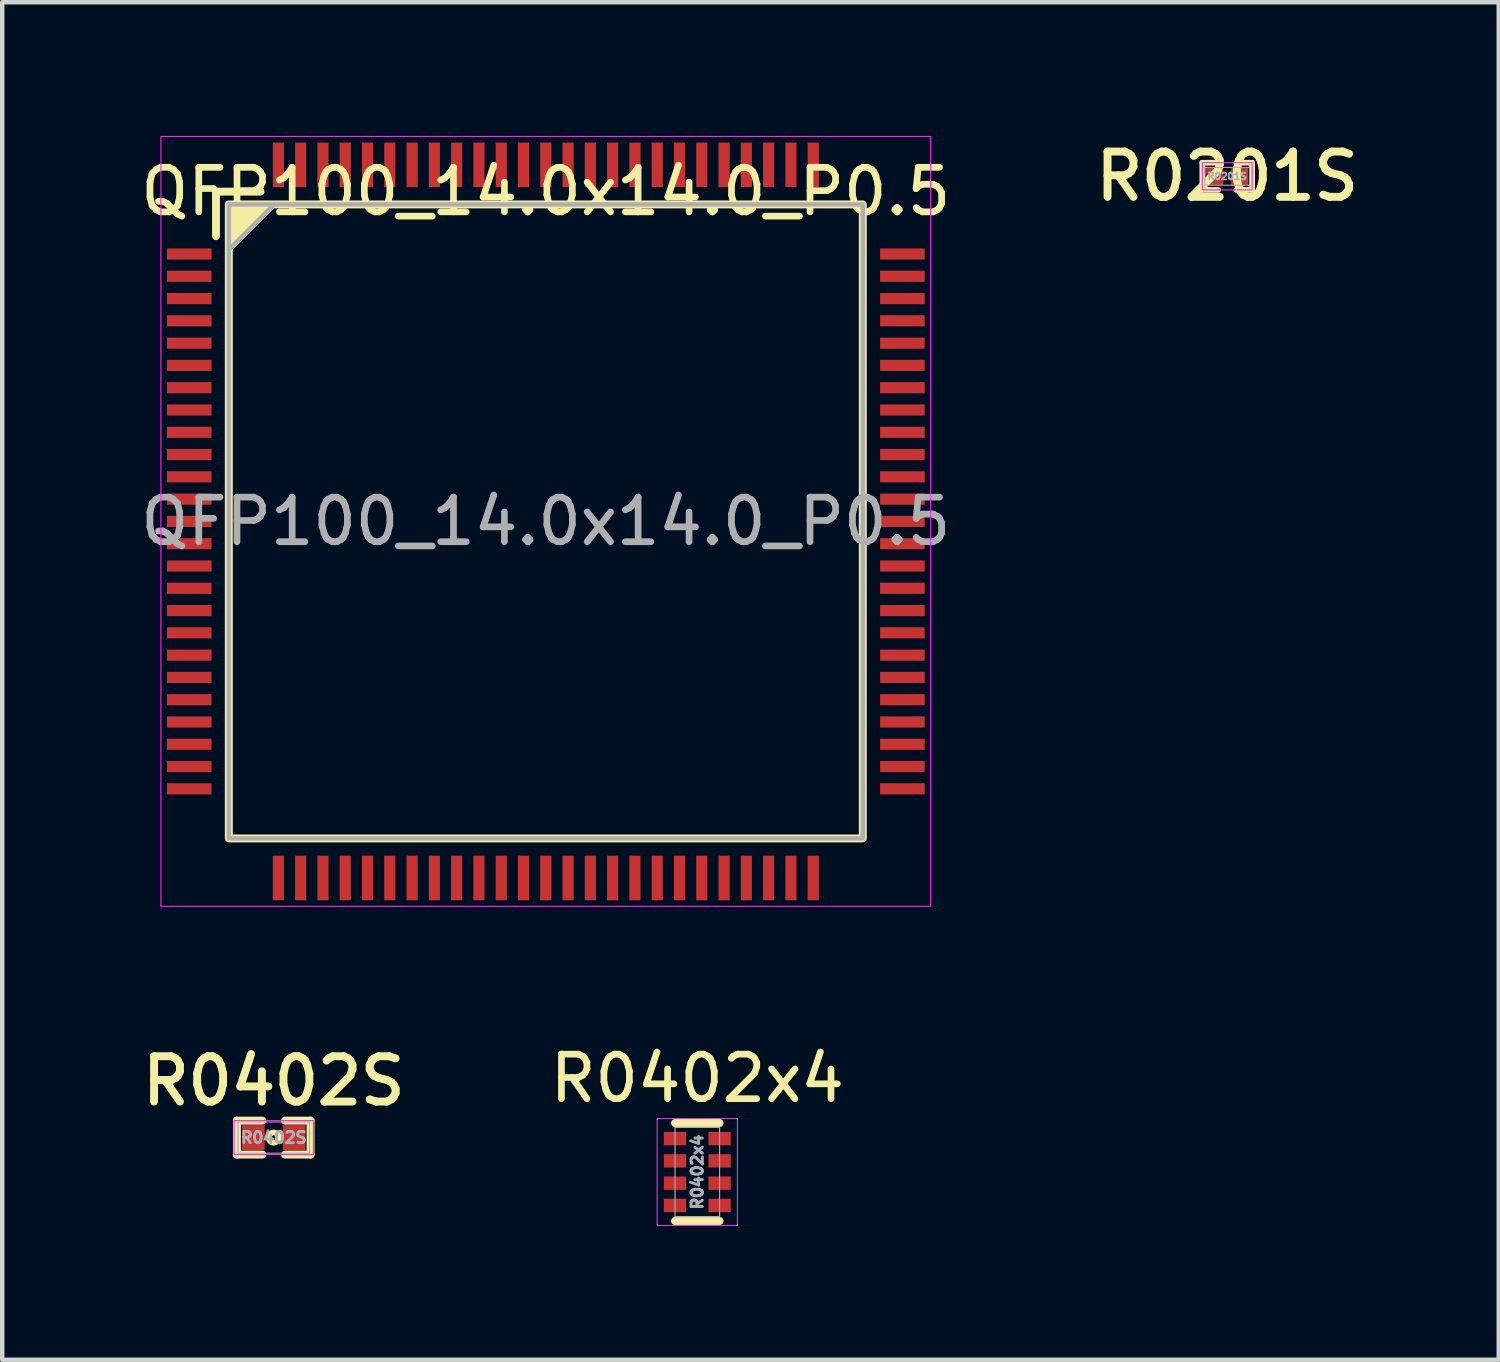
<source format=kicad_pcb>
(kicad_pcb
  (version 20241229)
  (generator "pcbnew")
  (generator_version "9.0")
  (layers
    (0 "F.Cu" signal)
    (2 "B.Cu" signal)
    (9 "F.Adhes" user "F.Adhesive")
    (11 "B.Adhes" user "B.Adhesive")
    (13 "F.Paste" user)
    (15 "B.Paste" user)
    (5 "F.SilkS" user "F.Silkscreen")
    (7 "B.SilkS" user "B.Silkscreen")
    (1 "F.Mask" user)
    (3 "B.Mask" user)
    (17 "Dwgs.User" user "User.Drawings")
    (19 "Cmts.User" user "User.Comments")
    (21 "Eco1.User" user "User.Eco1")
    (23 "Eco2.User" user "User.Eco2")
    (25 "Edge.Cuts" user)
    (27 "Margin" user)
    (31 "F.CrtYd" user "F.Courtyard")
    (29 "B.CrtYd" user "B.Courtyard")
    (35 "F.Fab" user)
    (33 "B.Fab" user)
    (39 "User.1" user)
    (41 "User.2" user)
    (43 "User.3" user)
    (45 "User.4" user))
  (footprint "R0402x4"
    (layer "F.Cu")
    (at 12.595 23.246)
    (property "Reference" "R0402x4" (at 0 -2.1 0) (layer "F.SilkS") (effects (font (size 1 1) (thickness 0.15))))
    (attr smd)
    (fp_line (start 0.5 -1.1) (end -0.5 -1.1) (stroke (width 0.178) (type solid)) (layer "F.SilkS"))
    (fp_line (start 0.5 1.1) (end -0.5 1.1) (stroke (width 0.178) (type solid)) (layer "F.SilkS"))
    (fp_rect (start -0.9 -1.2) (end 0.9 1.2) (stroke (width 0.025) (type default)) (fill no) (layer "F.CrtYd"))
    (fp_line (start -0.5 -1) (end 0.5 -1) (stroke (width 0.025) (type solid)) (layer "F.Fab"))
    (fp_line (start -0.5 1) (end -0.5 -1) (stroke (width 0.025) (type solid)) (layer "F.Fab"))
    (fp_line (start 0.5 -1) (end 0.5 1) (stroke (width 0.025) (type solid)) (layer "F.Fab"))
    (fp_line (start 0.5 1) (end -0.5 1) (stroke (width 0.025) (type solid)) (layer "F.Fab"))
    (fp_text user "${REFERENCE}" (at 0 0 90) (layer "F.Fab") (effects (font (size 0.254 0.254) (thickness 0.064) (bold yes))))
    (pad "1" smd rect (at -0.5 -0.75) (size 0.5 0.3) (layers "F.Cu" "F.Mask" "F.Paste"))
    (pad "2" smd rect (at -0.5 -0.25) (size 0.5 0.3) (layers "F.Cu" "F.Mask" "F.Paste"))
    (pad "3" smd rect (at -0.5 0.25) (size 0.5 0.3) (layers "F.Cu" "F.Mask" "F.Paste"))
    (pad "4" smd rect (at -0.5 0.75) (size 0.5 0.3) (layers "F.Cu" "F.Mask" "F.Paste"))
    (pad "5" smd rect (at 0.5 0.75) (size 0.5 0.3) (layers "F.Cu" "F.Mask" "F.Paste"))
    (pad "6" smd rect (at 0.5 0.25) (size 0.5 0.3) (layers "F.Cu" "F.Mask" "F.Paste"))
    (pad "7" smd rect (at 0.5 -0.25) (size 0.5 0.3) (layers "F.Cu" "F.Mask" "F.Paste"))
    (pad "8" smd rect (at 0.5 -0.75) (size 0.5 0.3) (layers "F.Cu" "F.Mask" "F.Paste")))
  (footprint "QFP100_14.0x14.0_P0.5"
    (layer "F.Cu")
    (at 9.196 8.649)
    (property "Reference" "QFP100_14.0x14.0_P0.5" (at 0 -7.4 0) (layer "F.SilkS") (effects (font (size 1 1) (thickness 0.15))))
    (attr smd)
    (fp_line (start -7.4 -7.4) (end -6.4 -7.4) (stroke (width 0.178) (type default)) (layer "F.SilkS"))
    (fp_line (start -7.4 -6.4) (end -7.4 -7.4) (stroke (width 0.178) (type default)) (layer "F.SilkS"))
    (fp_rect (start -7.112 -7.112) (end 7.112 7.112) (stroke (width 0.178) (type solid)) (fill no) (layer "F.SilkS"))
    (fp_poly (pts (xy -7.112 -6.096) (xy -7.112 -7.112) (xy -6.096 -7.112)) (stroke (width 0.12) (type solid)) (fill yes) (layer "F.SilkS"))
    (fp_rect (start -8.636 -8.636) (end 8.636 8.636) (stroke (width 0.025) (type solid)) (fill no) (layer "F.CrtYd"))
    (fp_line (start -7.112 -6.096) (end -6.096 -7.112) (stroke (width 0.1) (type solid)) (layer "F.Fab"))
    (fp_rect (start -7.112 7.112) (end 7.112 -7.112) (stroke (width 0.1) (type solid)) (fill no) (layer "F.Fab"))
    (fp_text user "${REFERENCE}" (at 0 0 0) (layer "F.Fab") (effects (font (size 1 1) (thickness 0.15))))
    (pad "1" smd rect (at -8 -6) (size 1 0.25) (layers "F.Cu" "F.Mask" "F.Paste"))
    (pad "2" smd rect (at -8 -5.5) (size 1 0.25) (layers "F.Cu" "F.Mask" "F.Paste"))
    (pad "3" smd rect (at -8 -5) (size 1 0.25) (layers "F.Cu" "F.Mask" "F.Paste"))
    (pad "4" smd rect (at -8 -4.5) (size 1 0.25) (layers "F.Cu" "F.Mask" "F.Paste"))
    (pad "5" smd rect (at -8 -4) (size 1 0.25) (layers "F.Cu" "F.Mask" "F.Paste"))
    (pad "6" smd rect (at -8 -3.5) (size 1 0.25) (layers "F.Cu" "F.Mask" "F.Paste"))
    (pad "7" smd rect (at -8 -3) (size 1 0.25) (layers "F.Cu" "F.Mask" "F.Paste"))
    (pad "8" smd rect (at -8 -2.5) (size 1 0.25) (layers "F.Cu" "F.Mask" "F.Paste"))
    (pad "9" smd rect (at -8 -2) (size 1 0.25) (layers "F.Cu" "F.Mask" "F.Paste"))
    (pad "10" smd rect (at -8 -1.5) (size 1 0.25) (layers "F.Cu" "F.Mask" "F.Paste"))
    (pad "11" smd rect (at -8 -1) (size 1 0.25) (layers "F.Cu" "F.Mask" "F.Paste"))
    (pad "12" smd rect (at -8 -0.5) (size 1 0.25) (layers "F.Cu" "F.Mask" "F.Paste"))
    (pad "13" smd rect (at -8 0) (size 1 0.25) (layers "F.Cu" "F.Mask" "F.Paste"))
    (pad "14" smd rect (at -8 0.5) (size 1 0.25) (layers "F.Cu" "F.Mask" "F.Paste"))
    (pad "15" smd rect (at -8 1) (size 1 0.25) (layers "F.Cu" "F.Mask" "F.Paste"))
    (pad "16" smd rect (at -8 1.5) (size 1 0.25) (layers "F.Cu" "F.Mask" "F.Paste"))
    (pad "17" smd rect (at -8 2) (size 1 0.25) (layers "F.Cu" "F.Mask" "F.Paste"))
    (pad "18" smd rect (at -8 2.5) (size 1 0.25) (layers "F.Cu" "F.Mask" "F.Paste"))
    (pad "19" smd rect (at -8 3) (size 1 0.25) (layers "F.Cu" "F.Mask" "F.Paste"))
    (pad "20" smd rect (at -8 3.5) (size 1 0.25) (layers "F.Cu" "F.Mask" "F.Paste"))
    (pad "21" smd rect (at -8 4) (size 1 0.25) (layers "F.Cu" "F.Mask" "F.Paste"))
    (pad "22" smd rect (at -8 4.5) (size 1 0.25) (layers "F.Cu" "F.Mask" "F.Paste"))
    (pad "23" smd rect (at -8 5) (size 1 0.25) (layers "F.Cu" "F.Mask" "F.Paste"))
    (pad "24" smd rect (at -8 5.5) (size 1 0.25) (layers "F.Cu" "F.Mask" "F.Paste"))
    (pad "25" smd rect (at -8 6) (size 1 0.25) (layers "F.Cu" "F.Mask" "F.Paste"))
    (pad "26" smd rect (at -6 8) (size 0.25 1) (layers "F.Cu" "F.Mask" "F.Paste"))
    (pad "27" smd rect (at -5.5 8) (size 0.25 1) (layers "F.Cu" "F.Mask" "F.Paste"))
    (pad "28" smd rect (at -5 8) (size 0.25 1) (layers "F.Cu" "F.Mask" "F.Paste"))
    (pad "29" smd rect (at -4.5 8) (size 0.25 1) (layers "F.Cu" "F.Mask" "F.Paste"))
    (pad "30" smd rect (at -4 8) (size 0.25 1) (layers "F.Cu" "F.Mask" "F.Paste"))
    (pad "31" smd rect (at -3.5 8) (size 0.25 1) (layers "F.Cu" "F.Mask" "F.Paste"))
    (pad "32" smd rect (at -3 8) (size 0.25 1) (layers "F.Cu" "F.Mask" "F.Paste"))
    (pad "33" smd rect (at -2.5 8) (size 0.25 1) (layers "F.Cu" "F.Mask" "F.Paste"))
    (pad "34" smd rect (at -2 8) (size 0.25 1) (layers "F.Cu" "F.Mask" "F.Paste"))
    (pad "35" smd rect (at -1.5 8) (size 0.25 1) (layers "F.Cu" "F.Mask" "F.Paste"))
    (pad "36" smd rect (at -1 8) (size 0.25 1) (layers "F.Cu" "F.Mask" "F.Paste"))
    (pad "37" smd rect (at -0.5 8) (size 0.25 1) (layers "F.Cu" "F.Mask" "F.Paste"))
    (pad "38" smd rect (at 0 8) (size 0.25 1) (layers "F.Cu" "F.Mask" "F.Paste"))
    (pad "39" smd rect (at 0.5 8) (size 0.25 1) (layers "F.Cu" "F.Mask" "F.Paste"))
    (pad "40" smd rect (at 1 8) (size 0.25 1) (layers "F.Cu" "F.Mask" "F.Paste"))
    (pad "41" smd rect (at 1.5 8) (size 0.25 1) (layers "F.Cu" "F.Mask" "F.Paste"))
    (pad "42" smd rect (at 2 8) (size 0.25 1) (layers "F.Cu" "F.Mask" "F.Paste"))
    (pad "43" smd rect (at 2.5 8) (size 0.25 1) (layers "F.Cu" "F.Mask" "F.Paste"))
    (pad "44" smd rect (at 3 8) (size 0.25 1) (layers "F.Cu" "F.Mask" "F.Paste"))
    (pad "45" smd rect (at 3.5 8) (size 0.25 1) (layers "F.Cu" "F.Mask" "F.Paste"))
    (pad "46" smd rect (at 4 8) (size 0.25 1) (layers "F.Cu" "F.Mask" "F.Paste"))
    (pad "47" smd rect (at 4.5 8) (size 0.25 1) (layers "F.Cu" "F.Mask" "F.Paste"))
    (pad "48" smd rect (at 5 8) (size 0.25 1) (layers "F.Cu" "F.Mask" "F.Paste"))
    (pad "49" smd rect (at 5.5 8) (size 0.25 1) (layers "F.Cu" "F.Mask" "F.Paste"))
    (pad "50" smd rect (at 6 8) (size 0.25 1) (layers "F.Cu" "F.Mask" "F.Paste"))
    (pad "51" smd rect (at 8 6) (size 1 0.25) (layers "F.Cu" "F.Mask" "F.Paste"))
    (pad "52" smd rect (at 8 5.5) (size 1 0.25) (layers "F.Cu" "F.Mask" "F.Paste"))
    (pad "53" smd rect (at 8 5) (size 1 0.25) (layers "F.Cu" "F.Mask" "F.Paste"))
    (pad "54" smd rect (at 8 4.5) (size 1 0.25) (layers "F.Cu" "F.Mask" "F.Paste"))
    (pad "55" smd rect (at 8 4) (size 1 0.25) (layers "F.Cu" "F.Mask" "F.Paste"))
    (pad "56" smd rect (at 8 3.5) (size 1 0.25) (layers "F.Cu" "F.Mask" "F.Paste"))
    (pad "57" smd rect (at 8 3) (size 1 0.25) (layers "F.Cu" "F.Mask" "F.Paste"))
    (pad "58" smd rect (at 8 2.5) (size 1 0.25) (layers "F.Cu" "F.Mask" "F.Paste"))
    (pad "59" smd rect (at 8 2) (size 1 0.25) (layers "F.Cu" "F.Mask" "F.Paste"))
    (pad "60" smd rect (at 8 1.5) (size 1 0.25) (layers "F.Cu" "F.Mask" "F.Paste"))
    (pad "61" smd rect (at 8 1) (size 1 0.25) (layers "F.Cu" "F.Mask" "F.Paste"))
    (pad "62" smd rect (at 8 0.5) (size 1 0.25) (layers "F.Cu" "F.Mask" "F.Paste"))
    (pad "63" smd rect (at 8 0) (size 1 0.25) (layers "F.Cu" "F.Mask" "F.Paste"))
    (pad "64" smd rect (at 8 -0.5) (size 1 0.25) (layers "F.Cu" "F.Mask" "F.Paste"))
    (pad "65" smd rect (at 8 -1) (size 1 0.25) (layers "F.Cu" "F.Mask" "F.Paste"))
    (pad "66" smd rect (at 8 -1.5) (size 1 0.25) (layers "F.Cu" "F.Mask" "F.Paste"))
    (pad "67" smd rect (at 8 -2) (size 1 0.25) (layers "F.Cu" "F.Mask" "F.Paste"))
    (pad "68" smd rect (at 8 -2.5) (size 1 0.25) (layers "F.Cu" "F.Mask" "F.Paste"))
    (pad "69" smd rect (at 8 -3) (size 1 0.25) (layers "F.Cu" "F.Mask" "F.Paste"))
    (pad "70" smd rect (at 8 -3.5) (size 1 0.25) (layers "F.Cu" "F.Mask" "F.Paste"))
    (pad "71" smd rect (at 8 -4) (size 1 0.25) (layers "F.Cu" "F.Mask" "F.Paste"))
    (pad "72" smd rect (at 8 -4.5) (size 1 0.25) (layers "F.Cu" "F.Mask" "F.Paste"))
    (pad "73" smd rect (at 8 -5) (size 1 0.25) (layers "F.Cu" "F.Mask" "F.Paste"))
    (pad "74" smd rect (at 8 -5.5) (size 1 0.25) (layers "F.Cu" "F.Mask" "F.Paste"))
    (pad "75" smd rect (at 8 -6) (size 1 0.25) (layers "F.Cu" "F.Mask" "F.Paste"))
    (pad "76" smd rect (at 6 -8) (size 0.25 1) (layers "F.Cu" "F.Mask" "F.Paste"))
    (pad "77" smd rect (at 5.5 -8) (size 0.25 1) (layers "F.Cu" "F.Mask" "F.Paste"))
    (pad "78" smd rect (at 5 -8) (size 0.25 1) (layers "F.Cu" "F.Mask" "F.Paste"))
    (pad "79" smd rect (at 4.5 -8) (size 0.25 1) (layers "F.Cu" "F.Mask" "F.Paste"))
    (pad "80" smd rect (at 4 -8) (size 0.25 1) (layers "F.Cu" "F.Mask" "F.Paste"))
    (pad "81" smd rect (at 3.5 -8) (size 0.25 1) (layers "F.Cu" "F.Mask" "F.Paste"))
    (pad "82" smd rect (at 3 -8) (size 0.25 1) (layers "F.Cu" "F.Mask" "F.Paste"))
    (pad "83" smd rect (at 2.5 -8) (size 0.25 1) (layers "F.Cu" "F.Mask" "F.Paste"))
    (pad "84" smd rect (at 2 -8) (size 0.25 1) (layers "F.Cu" "F.Mask" "F.Paste"))
    (pad "85" smd rect (at 1.5 -8) (size 0.25 1) (layers "F.Cu" "F.Mask" "F.Paste"))
    (pad "86" smd rect (at 1 -8) (size 0.25 1) (layers "F.Cu" "F.Mask" "F.Paste"))
    (pad "87" smd rect (at 0.5 -8) (size 0.25 1) (layers "F.Cu" "F.Mask" "F.Paste"))
    (pad "88" smd rect (at 0 -8) (size 0.25 1) (layers "F.Cu" "F.Mask" "F.Paste"))
    (pad "89" smd rect (at -0.5 -8) (size 0.25 1) (layers "F.Cu" "F.Mask" "F.Paste"))
    (pad "90" smd rect (at -1 -8) (size 0.25 1) (layers "F.Cu" "F.Mask" "F.Paste"))
    (pad "91" smd rect (at -1.5 -8) (size 0.25 1) (layers "F.Cu" "F.Mask" "F.Paste"))
    (pad "92" smd rect (at -2 -8) (size 0.25 1) (layers "F.Cu" "F.Mask" "F.Paste"))
    (pad "93" smd rect (at -2.5 -8) (size 0.25 1) (layers "F.Cu" "F.Mask" "F.Paste"))
    (pad "94" smd rect (at -3 -8) (size 0.25 1) (layers "F.Cu" "F.Mask" "F.Paste"))
    (pad "95" smd rect (at -3.5 -8) (size 0.25 1) (layers "F.Cu" "F.Mask" "F.Paste"))
    (pad "96" smd rect (at -4 -8) (size 0.25 1) (layers "F.Cu" "F.Mask" "F.Paste"))
    (pad "97" smd rect (at -4.5 -8) (size 0.25 1) (layers "F.Cu" "F.Mask" "F.Paste"))
    (pad "98" smd rect (at -5 -8) (size 0.25 1) (layers "F.Cu" "F.Mask" "F.Paste"))
    (pad "99" smd rect (at -5.5 -8) (size 0.25 1) (layers "F.Cu" "F.Mask" "F.Paste"))
    (pad "100" smd rect (at -6 -8) (size 0.25 1) (layers "F.Cu" "F.Mask" "F.Paste")))
  (footprint "R0201S"
    (layer "F.Cu")
    (at 24.485 0.906)
    (property "Reference" "R0201S" (at 0 0 0) (layer "F.SilkS") (effects (font (size 1.016 1.016) (thickness 0.178))))
    (attr smd)
    (fp_line (start -0.559 -0.305) (end -0.559 0.305) (stroke (width 0.127) (type solid)) (layer "F.SilkS"))
    (fp_line (start -0.559 0.305) (end -0.203 0.305) (stroke (width 0.127) (type solid)) (layer "F.SilkS"))
    (fp_line (start -0.203 -0.305) (end -0.559 -0.305) (stroke (width 0.127) (type solid)) (layer "F.SilkS"))
    (fp_line (start 0.559 -0.305) (end 0.203 -0.305) (stroke (width 0.127) (type solid)) (layer "F.SilkS"))
    (fp_line (start 0.559 -0.305) (end 0.559 0.305) (stroke (width 0.127) (type solid)) (layer "F.SilkS"))
    (fp_line (start 0.559 0.305) (end 0.203 0.305) (stroke (width 0.127) (type solid)) (layer "F.SilkS"))
    (fp_rect (start -0.559 -0.305) (end 0.559 0.305) (stroke (width 0.025) (type solid)) (fill no) (layer "F.CrtYd"))
    (fp_rect (start -0.5 -0.2) (end 0.5 0.2) (stroke (width 0.025) (type solid)) (fill no) (layer "F.Fab"))
    (fp_text user "${REFERENCE}" (at 0 0 0) (layer "F.Fab") (effects (font (size 0.152 0.152) (thickness 0.038))))
    (pad "1" smd rect (at -0.279 0) (size 0.381 0.381) (layers "F.Cu" "F.Mask" "F.Paste"))
    (pad "2" smd rect (at 0.279 0) (size 0.381 0.381) (layers "F.Cu" "F.Mask" "F.Paste")))
  (footprint "R0402S"
    (layer "F.Cu")
    (at 3.092 22.474)
    (property "Reference" "R0402S" (at 0 -1.27 0) (layer "F.SilkS") (effects (font (size 1.016 1.016) (thickness 0.178))))
    (attr smd)
    (fp_line (start -0.826 0.381) (end -0.826 -0.381) (stroke (width 0.178) (type solid)) (layer "F.SilkS"))
    (fp_line (start -0.826 0.381) (end -0.254 0.381) (stroke (width 0.178) (type solid)) (layer "F.SilkS"))
    (fp_line (start -0.254 -0.381) (end -0.826 -0.381) (stroke (width 0.178) (type solid)) (layer "F.SilkS"))
    (fp_line (start 0.254 -0.381) (end 0.826 -0.381) (stroke (width 0.178) (type solid)) (layer "F.SilkS"))
    (fp_line (start 0.254 0.381) (end 0.826 0.381) (stroke (width 0.178) (type solid)) (layer "F.SilkS"))
    (fp_line (start 0.826 -0.381) (end 0.826 0.381) (stroke (width 0.178) (type solid)) (layer "F.SilkS"))
    (fp_circle (center 0 0) (end 0.051 0) (stroke (width 0.127) (type solid)) (fill no) (layer "F.SilkS"))
    (fp_rect (start -0.889 -0.381) (end 0.889 0.381) (stroke (width 0.025) (type solid)) (fill no) (layer "F.CrtYd"))
    (fp_rect (start -0.8 -0.35) (end 0.8 0.35) (stroke (width 0.025) (type solid)) (fill no) (layer "F.Fab"))
    (fp_text user "${REFERENCE}" (at 0 0 0) (layer "F.Fab") (effects (font (size 0.254 0.254) (thickness 0.064))))
    (pad "1" smd rect (at -0.457 0) (size 0.508 0.559) (layers "F.Cu" "F.Mask" "F.Paste"))
    (pad "2" smd rect (at 0.457 0) (size 0.508 0.559) (layers "F.Cu" "F.Mask" "F.Paste")))
  (gr_rect
    (start -3 -3)
    (end 30.577 27.458)
    (stroke (width 0.1) (type default))
    (fill no)
    (layer "Edge.Cuts")))
</source>
